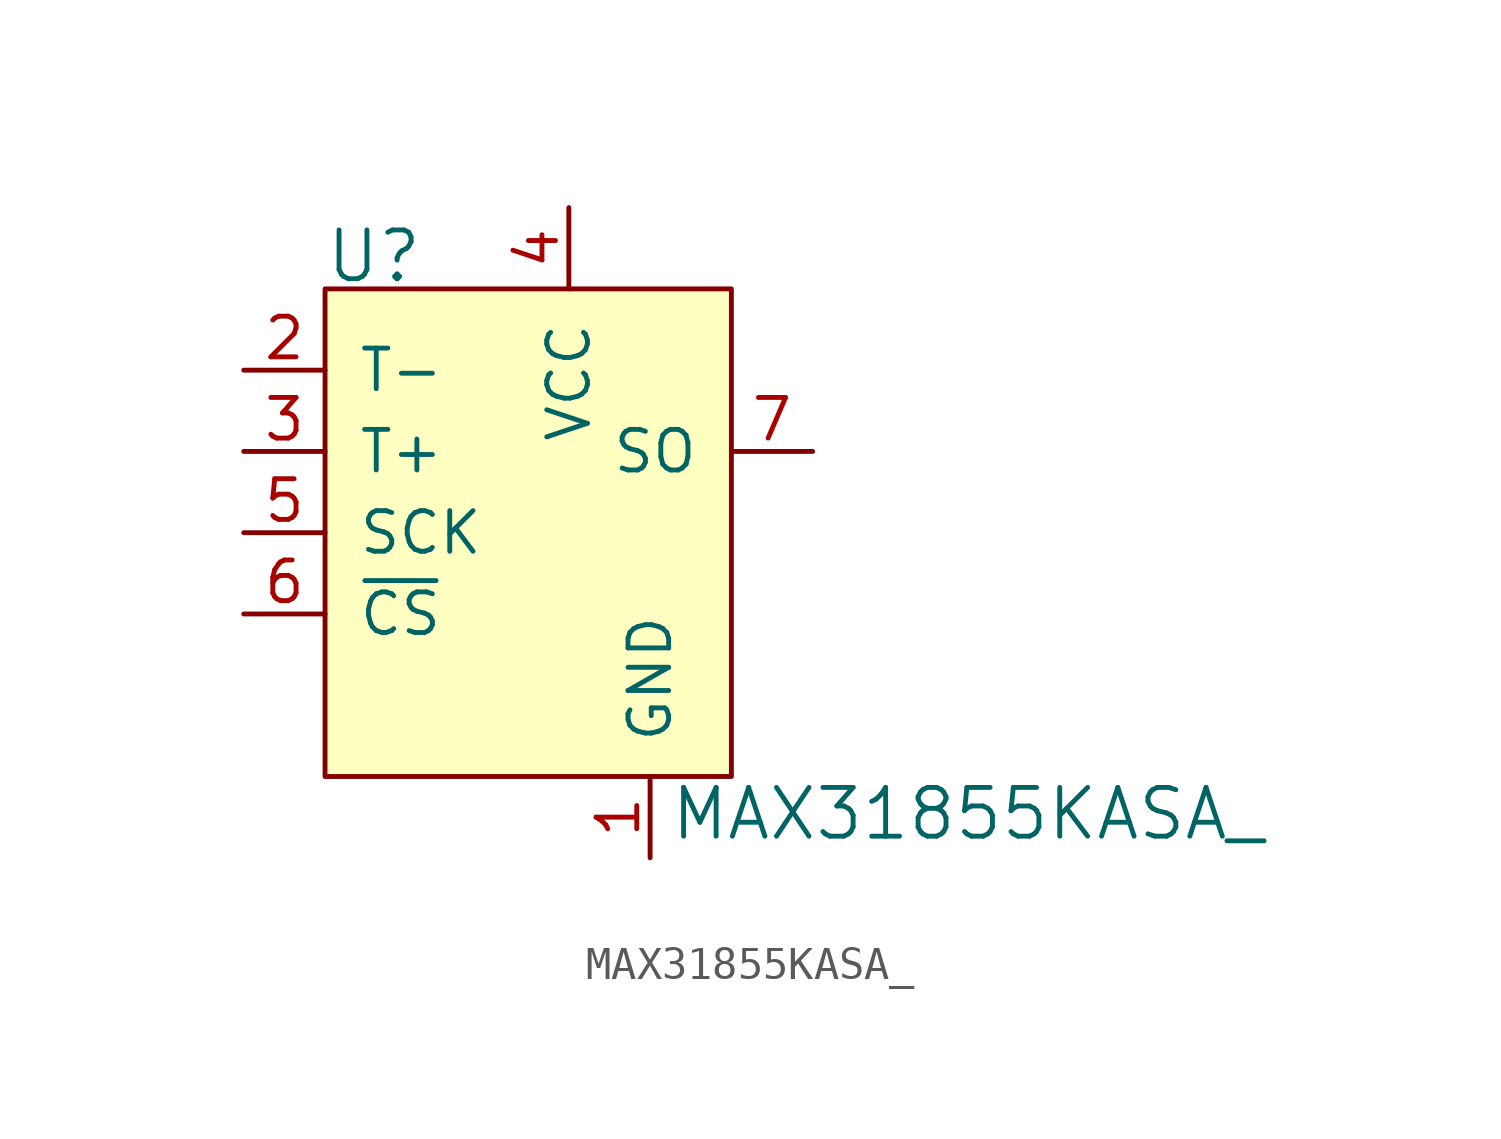
<source format=kicad_sym>
(kicad_symbol_lib
  (version 20201005)
  (generator kicad_symbol_editor)
  (symbol "MAX31855KASA_"
    (pin_names
      (offset 1.016))
    (property "Reference" "U"
      (at -5.105 1.016 0)
      (effects (font (size 1.524 1.524)) (justify left)))
    (property "Value" "MAX31855KASA_"
      (at 5.664 -16.408 0)
      (effects (font (size 1.524 1.524)) (justify left)))
    (symbol "MAX31855KASA__0_1"
      (rectangle (start -5.08 0) (end 7.62 -15.24) (stroke (width 0)) (fill (type background))))
    (symbol "MAX31855KASA__1_1"
      (pin power_in line (at 5.08 -17.78 90) (length 2.54) (name "GND" (effects (font (size 1.27 1.27)))) (number "1" (effects (font (size 1.27 1.27)))))
      (pin input line (at -7.62 -2.54 0) (length 2.54) (name "T-" (effects (font (size 1.27 1.27)))) (number "2" (effects (font (size 1.27 1.27)))))
      (pin input line (at -7.62 -5.08 0) (length 2.54) (name "T+" (effects (font (size 1.27 1.27)))) (number "3" (effects (font (size 1.27 1.27)))))
      (pin power_in line (at 2.54 2.54 270) (length 2.54) (name "VCC" (effects (font (size 1.27 1.27)))) (number "4" (effects (font (size 1.27 1.27)))))
      (pin input line (at -7.62 -7.62 0) (length 2.54) (name "SCK" (effects (font (size 1.27 1.27)))) (number "5" (effects (font (size 1.27 1.27)))))
      (pin input line (at -7.62 -10.16 0) (length 2.54) (name "~CS" (effects (font (size 1.27 1.27)))) (number "6" (effects (font (size 1.27 1.27)))))
      (pin output line (at 10.16 -5.08 180) (length 2.54) (name "SO" (effects (font (size 1.27 1.27)))) (number "7" (effects (font (size 1.27 1.27)))))
      (pin no_connect line (at -5.08 -12.7 0) (length 2.54) hide (name "DNC" (effects (font (size 1.27 1.27)))) (number "8" (effects (font (size 1.27 1.27))))))))
</source>
